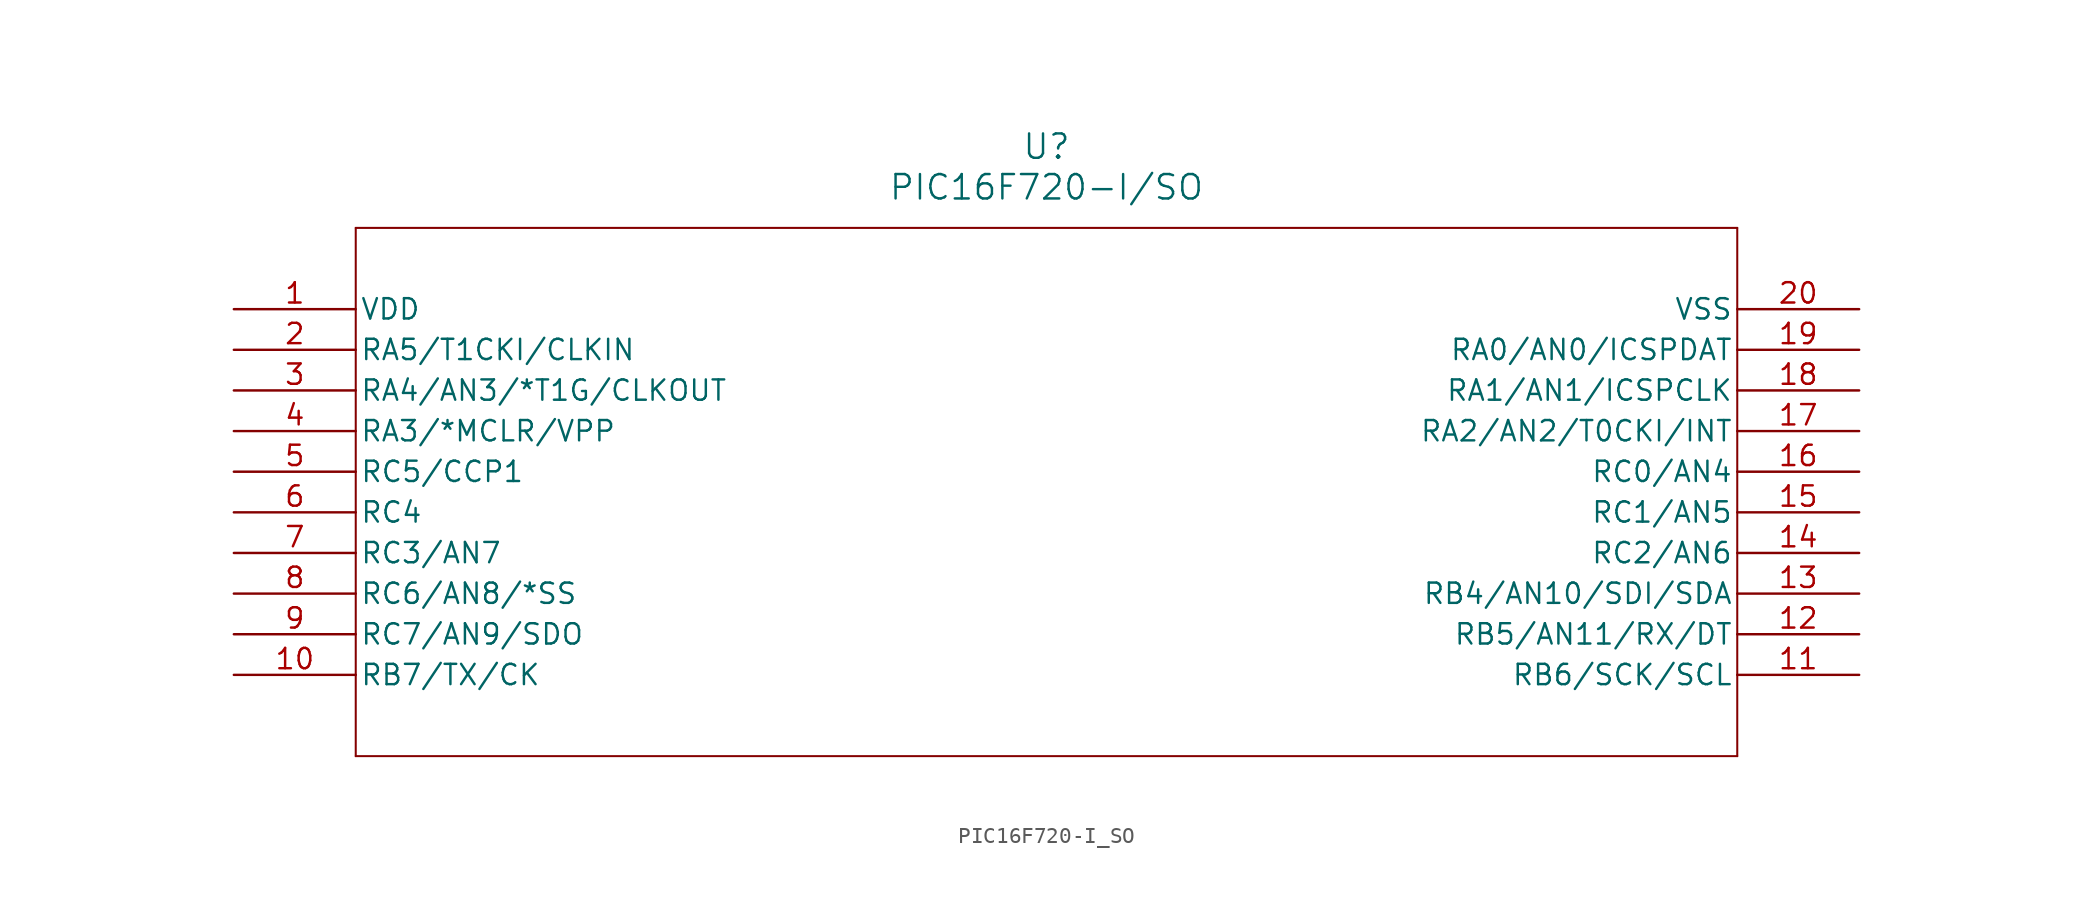
<source format=kicad_sym>
(kicad_symbol_lib
  (version 20211014)
  (generator kicad_symbol_editor)
  (symbol "PIC16F720-I_SO"
    (pin_names
      (offset 0.254))
    (property "Reference" "U"
      (at 50.8 10.16 0)
      (effects (font (size 1.524 1.524))))
    (property "Value" "PIC16F720-I/SO"
      (at 50.8 7.62 0)
      (effects (font (size 1.524 1.524))))
    (symbol "PIC16F720-I_SO_0_1"
      (polyline (pts (xy 7.62 5.08) (xy 7.62 -27.94)) (stroke (width 0.127) (type default) (color 0 0 0 0)) (fill (type none)))
      (polyline (pts (xy 7.62 -27.94) (xy 93.98 -27.94)) (stroke (width 0.127) (type default) (color 0 0 0 0)) (fill (type none)))
      (polyline (pts (xy 93.98 -27.94) (xy 93.98 5.08)) (stroke (width 0.127) (type default) (color 0 0 0 0)) (fill (type none)))
      (polyline (pts (xy 93.98 5.08) (xy 7.62 5.08)) (stroke (width 0.127) (type default) (color 0 0 0 0)) (fill (type none)))
      (pin power_in line (at 0 0 0) (length 7.62) (name "VDD" (effects (font (size 1.27 1.27)))) (number "1" (effects (font (size 1.27 1.27)))))
      (pin bidirectional line (at 0 -2.54 0) (length 7.62) (name "RA5/T1CKI/CLKIN" (effects (font (size 1.27 1.27)))) (number "2" (effects (font (size 1.27 1.27)))))
      (pin bidirectional line (at 0 -5.08 0) (length 7.62) (name "RA4/AN3/*T1G/CLKOUT" (effects (font (size 1.27 1.27)))) (number "3" (effects (font (size 1.27 1.27)))))
      (pin bidirectional line (at 0 -7.62 0) (length 7.62) (name "RA3/*MCLR/VPP" (effects (font (size 1.27 1.27)))) (number "4" (effects (font (size 1.27 1.27)))))
      (pin bidirectional line (at 0 -10.16 0) (length 7.62) (name "RC5/CCP1" (effects (font (size 1.27 1.27)))) (number "5" (effects (font (size 1.27 1.27)))))
      (pin bidirectional line (at 0 -12.7 0) (length 7.62) (name "RC4" (effects (font (size 1.27 1.27)))) (number "6" (effects (font (size 1.27 1.27)))))
      (pin bidirectional line (at 0 -15.24 0) (length 7.62) (name "RC3/AN7" (effects (font (size 1.27 1.27)))) (number "7" (effects (font (size 1.27 1.27)))))
      (pin bidirectional line (at 0 -17.78 0) (length 7.62) (name "RC6/AN8/*SS" (effects (font (size 1.27 1.27)))) (number "8" (effects (font (size 1.27 1.27)))))
      (pin bidirectional line (at 0 -20.32 0) (length 7.62) (name "RC7/AN9/SDO" (effects (font (size 1.27 1.27)))) (number "9" (effects (font (size 1.27 1.27)))))
      (pin bidirectional line (at 0 -22.86 0) (length 7.62) (name "RB7/TX/CK" (effects (font (size 1.27 1.27)))) (number "10" (effects (font (size 1.27 1.27)))))
      (pin bidirectional line (at 101.6 -22.86 180) (length 7.62) (name "RB6/SCK/SCL" (effects (font (size 1.27 1.27)))) (number "11" (effects (font (size 1.27 1.27)))))
      (pin bidirectional line (at 101.6 -20.32 180) (length 7.62) (name "RB5/AN11/RX/DT" (effects (font (size 1.27 1.27)))) (number "12" (effects (font (size 1.27 1.27)))))
      (pin bidirectional line (at 101.6 -17.78 180) (length 7.62) (name "RB4/AN10/SDI/SDA" (effects (font (size 1.27 1.27)))) (number "13" (effects (font (size 1.27 1.27)))))
      (pin bidirectional line (at 101.6 -15.24 180) (length 7.62) (name "RC2/AN6" (effects (font (size 1.27 1.27)))) (number "14" (effects (font (size 1.27 1.27)))))
      (pin bidirectional line (at 101.6 -12.7 180) (length 7.62) (name "RC1/AN5" (effects (font (size 1.27 1.27)))) (number "15" (effects (font (size 1.27 1.27)))))
      (pin bidirectional line (at 101.6 -10.16 180) (length 7.62) (name "RC0/AN4" (effects (font (size 1.27 1.27)))) (number "16" (effects (font (size 1.27 1.27)))))
      (pin bidirectional line (at 101.6 -7.62 180) (length 7.62) (name "RA2/AN2/T0CKI/INT" (effects (font (size 1.27 1.27)))) (number "17" (effects (font (size 1.27 1.27)))))
      (pin bidirectional line (at 101.6 -5.08 180) (length 7.62) (name "RA1/AN1/ICSPCLK" (effects (font (size 1.27 1.27)))) (number "18" (effects (font (size 1.27 1.27)))))
      (pin bidirectional line (at 101.6 -2.54 180) (length 7.62) (name "RA0/AN0/ICSPDAT" (effects (font (size 1.27 1.27)))) (number "19" (effects (font (size 1.27 1.27)))))
      (pin power_in line (at 101.6 0 180) (length 7.62) (name "VSS" (effects (font (size 1.27 1.27)))) (number "20" (effects (font (size 1.27 1.27))))))))
</source>
